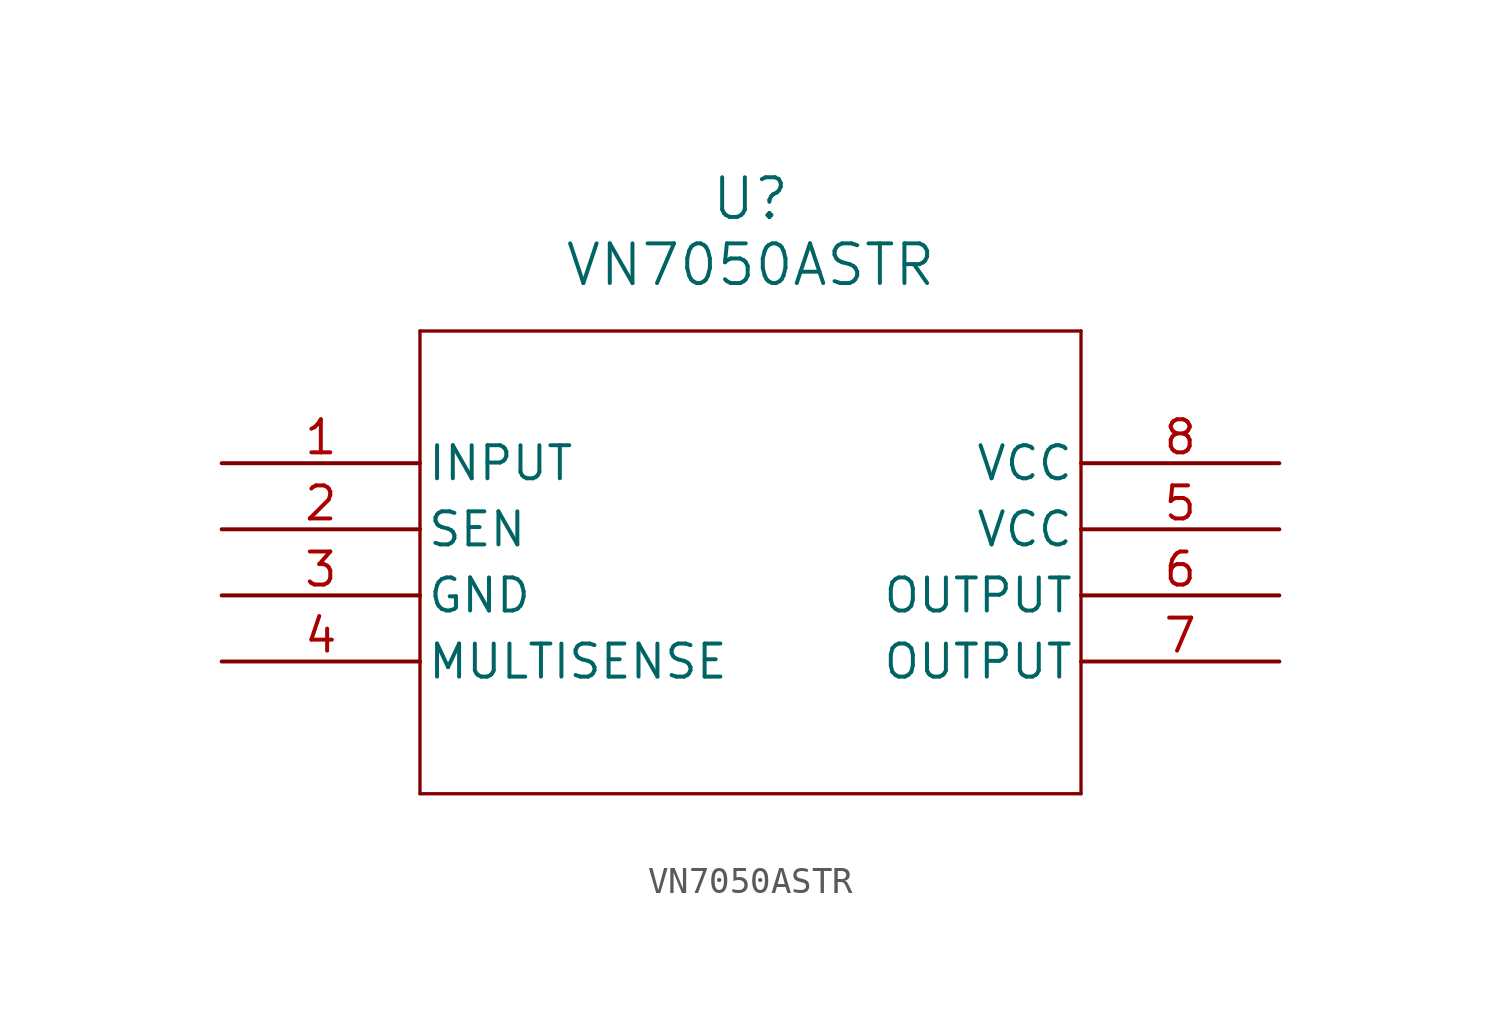
<source format=kicad_sym>
(kicad_symbol_lib
  (version 20220914)
  (generator kicad_symbol_editor)
  (symbol "VN7050ASTR"
    (pin_names
      (offset 0.254))
    (property "Reference" "U"
      (at 20.32 10.16 0)
      (effects (font (size 1.524 1.524))))
    (property "Value" "VN7050ASTR"
      (at 20.32 7.62 0)
      (effects (font (size 1.524 1.524))))
    (property "ki_locked" ""
      (at 0 0 0)
      (effects (font (size 1.27 1.27))))
    (symbol "VN7050ASTR_0_1"
      (polyline (pts (xy 7.62 -12.7) (xy 33.02 -12.7)) (stroke (width 0.127) (type default)) (fill (type none)))
      (polyline (pts (xy 7.62 5.08) (xy 7.62 -12.7)) (stroke (width 0.127) (type default)) (fill (type none)))
      (polyline (pts (xy 33.02 -12.7) (xy 33.02 5.08)) (stroke (width 0.127) (type default)) (fill (type none)))
      (polyline (pts (xy 33.02 5.08) (xy 7.62 5.08)) (stroke (width 0.127) (type default)) (fill (type none)))
      (pin input line (at 0 0 0) (length 7.62) (name "INPUT" (effects (font (size 1.27 1.27)))) (number "1" (effects (font (size 1.27 1.27)))))
      (pin unspecified line (at 0 -2.54 0) (length 7.62) (name "SEN" (effects (font (size 1.27 1.27)))) (number "2" (effects (font (size 1.27 1.27)))))
      (pin power_out line (at 0 -5.08 0) (length 7.62) (name "GND" (effects (font (size 1.27 1.27)))) (number "3" (effects (font (size 1.27 1.27)))))
      (pin unspecified line (at 0 -7.62 0) (length 7.62) (name "MULTISENSE" (effects (font (size 1.27 1.27)))) (number "4" (effects (font (size 1.27 1.27)))))
      (pin power_in line (at 40.64 -2.54 180) (length 7.62) (name "VCC" (effects (font (size 1.27 1.27)))) (number "5" (effects (font (size 1.27 1.27)))))
      (pin output line (at 40.64 -5.08 180) (length 7.62) (name "OUTPUT" (effects (font (size 1.27 1.27)))) (number "6" (effects (font (size 1.27 1.27)))))
      (pin output line (at 40.64 -7.62 180) (length 7.62) (name "OUTPUT" (effects (font (size 1.27 1.27)))) (number "7" (effects (font (size 1.27 1.27)))))
      (pin power_in line (at 40.64 0 180) (length 7.62) (name "VCC" (effects (font (size 1.27 1.27)))) (number "8" (effects (font (size 1.27 1.27))))))))
</source>
